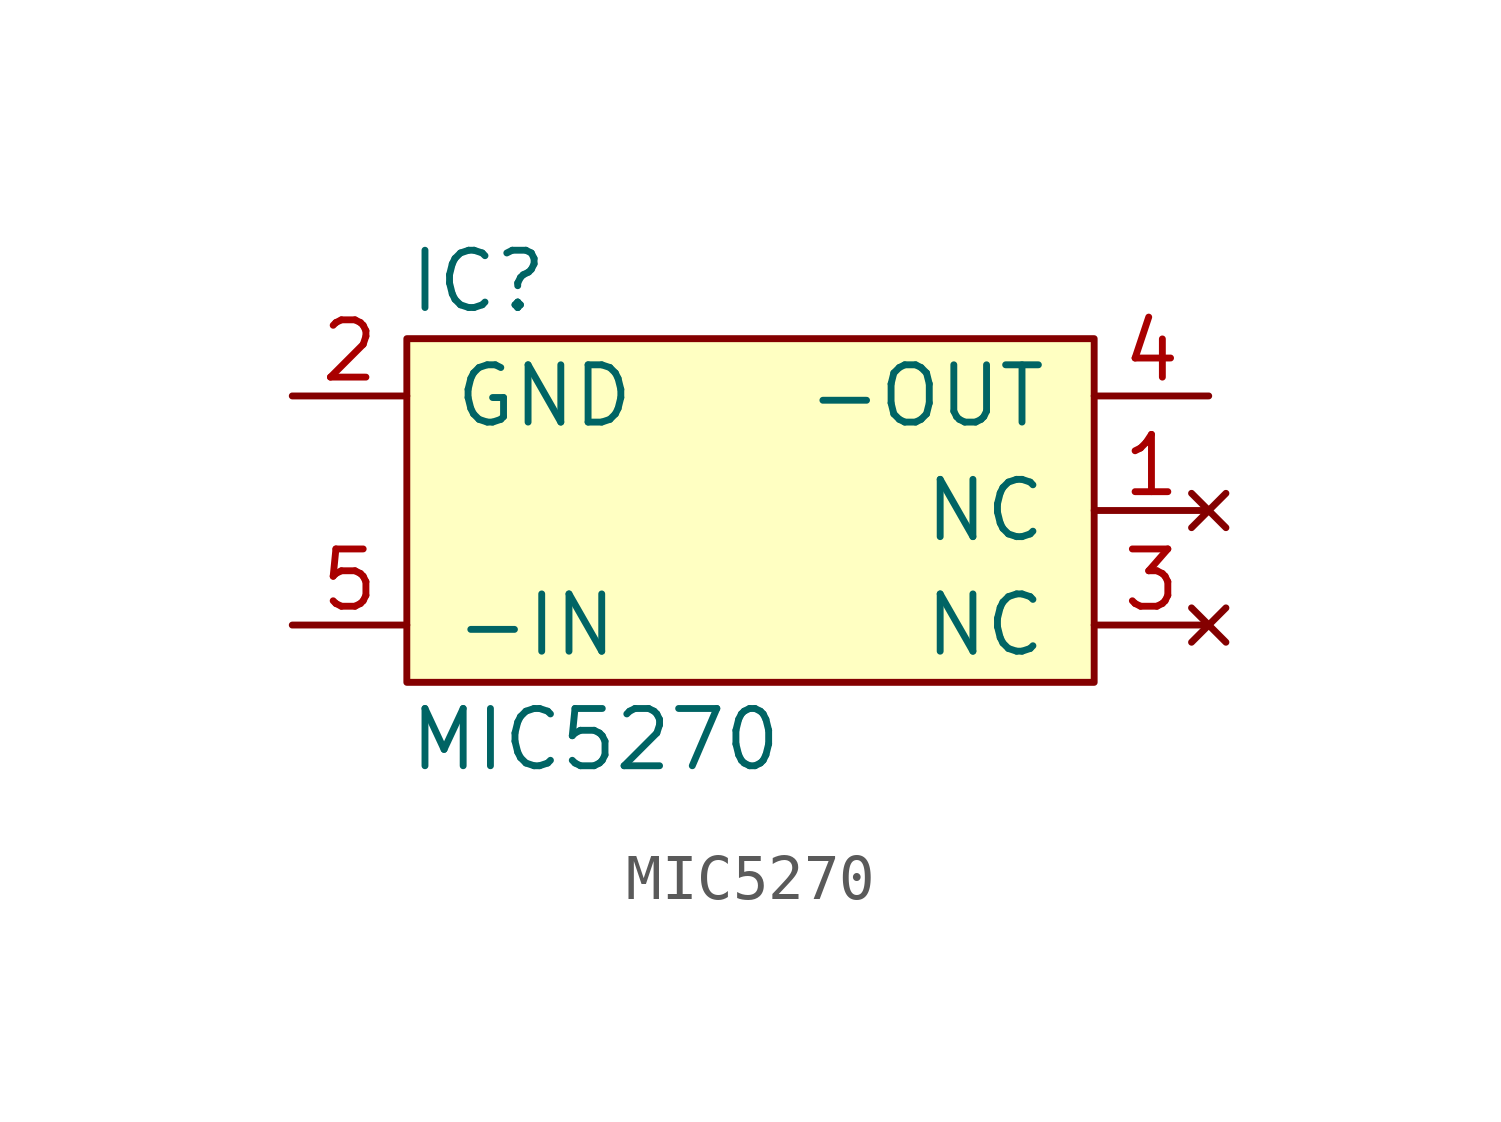
<source format=kicad_sym>
(kicad_symbol_lib
  (version 20211014)
  (generator agg_kicad.build_lib_ic)
  (symbol "MIC5270"
    (pin_names
      (offset 1.016))
    (property Reference IC
      (at -7.62 5.08 0)
      (effects (font (size 1.27 1.27)) (justify left)))
    (property Value "MIC5270"
      (at -7.62 -5.08 0)
      (effects (font (size 1.27 1.27)) (justify left)))
    (symbol "MIC5270_0_0"
      (rectangle (start -7.62 3.81) (end 7.62 -3.81) (stroke (width 0) (type default) (color 0 0 0 0)) (fill (type background)))
      (pin power_in line (at -10.16 2.54 0) (length 2.54) (name GND (effects (font (size 1.27 1.27)))) (number "2" (effects (font (size 1.27 1.27)))))
      (pin power_in line (at -10.16 -2.54 0) (length 2.54) (name -IN (effects (font (size 1.27 1.27)))) (number "5" (effects (font (size 1.27 1.27)))))
      (pin power_out line (at 10.16 2.54 180) (length 2.54) (name -OUT (effects (font (size 1.27 1.27)))) (number "4" (effects (font (size 1.27 1.27)))))
      (pin no_connect line (at 10.16 0 180) (length 2.54) (name NC (effects (font (size 1.27 1.27)))) (number "1" (effects (font (size 1.27 1.27)))))
      (pin no_connect line (at 10.16 -2.54 180) (length 2.54) (name NC (effects (font (size 1.27 1.27)))) (number "3" (effects (font (size 1.27 1.27))))))))
</source>
